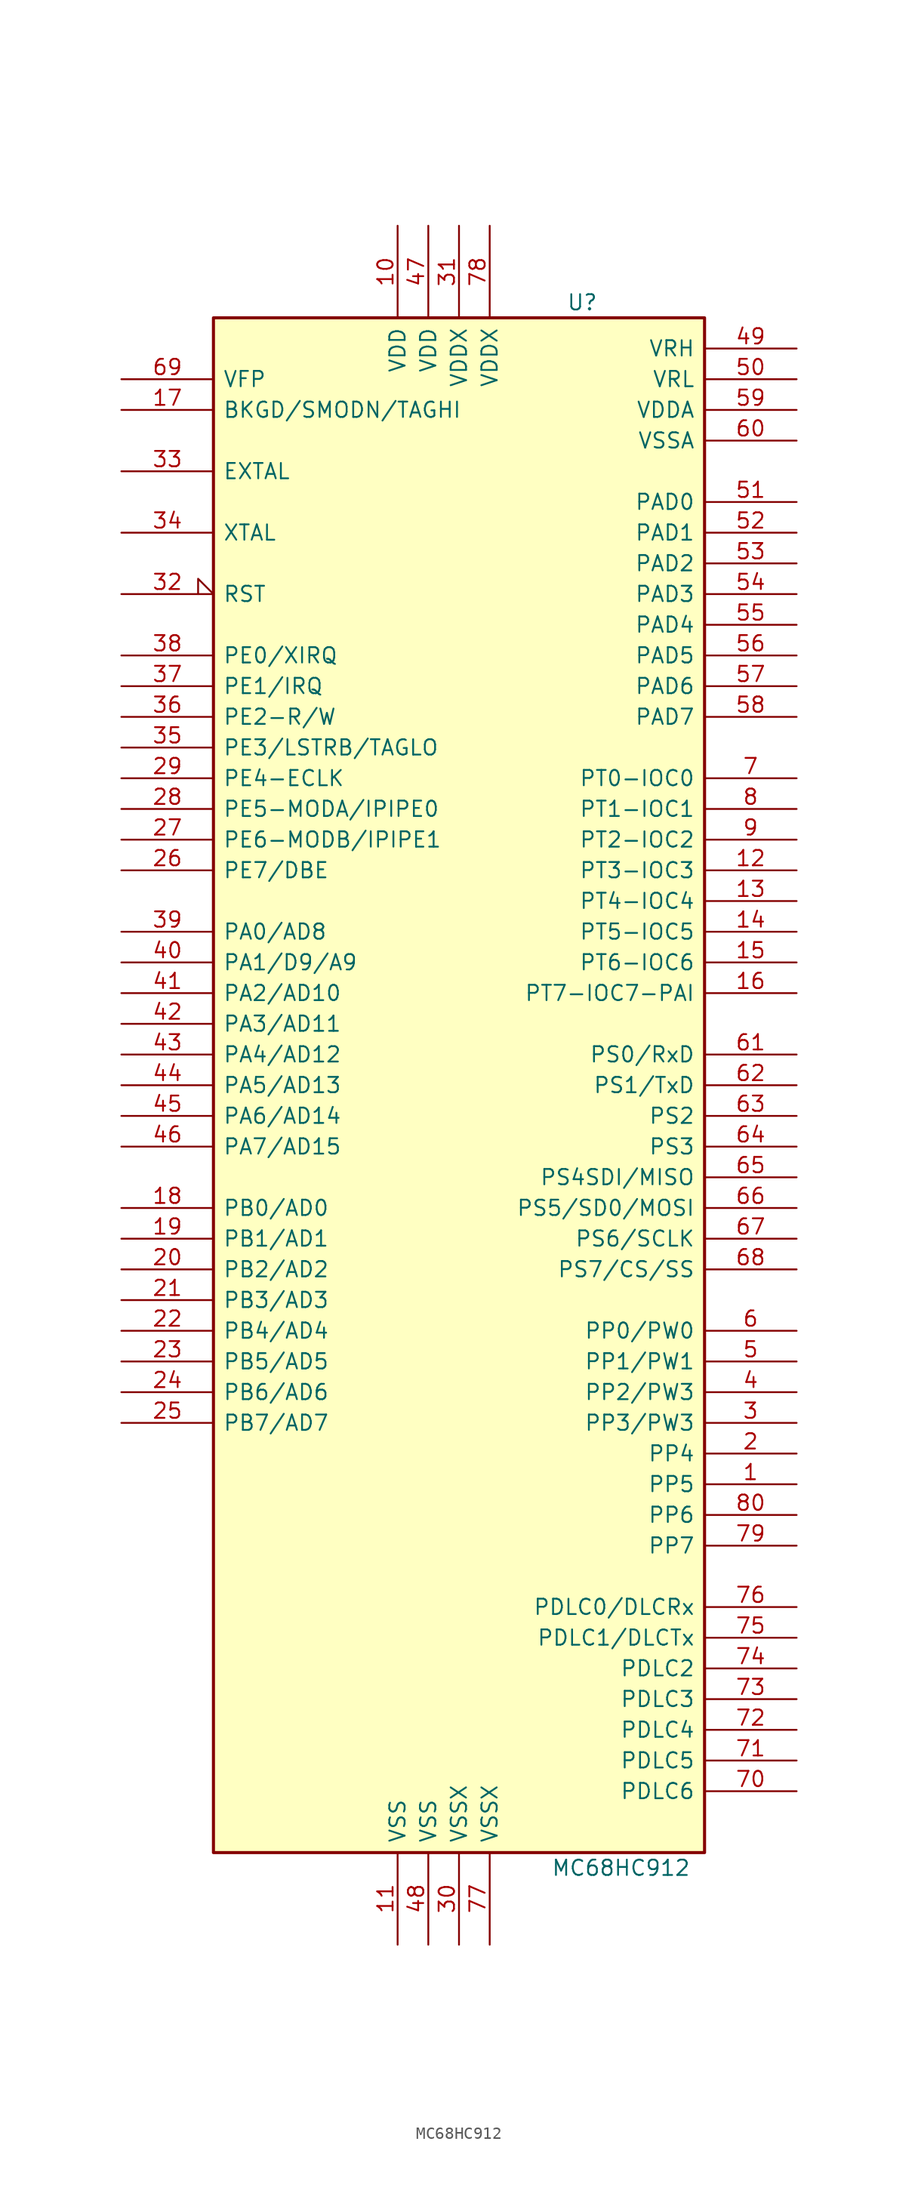
<source format=kicad_sym>
(kicad_symbol_lib
  (version 20241209)
  (generator "kicad_symbol_editor")
  (generator_version "9.0")
  (symbol "MC68HC912"
    (pin_names
      (offset 0.762))
    (property "Reference" "U"
      (at 8.89 67.31 0)
      (effects (font (size 1.27 1.27)) (justify left)))
    (property "Value" "MC68HC912"
      (at 7.62 -62.23 0)
      (effects (font (size 1.27 1.27)) (justify left)))
    (symbol "MC68HC912_0_1"
      (rectangle (start -20.32 -60.96) (end 20.32 66.04) (stroke (width 0.254) (type default)) (fill (type background))))
    (symbol "MC68HC912_1_1"
      (pin input line (at -27.94 60.96 0) (length 7.62) (name "VFP" (effects (font (size 1.27 1.27)))) (number "69" (effects (font (size 1.27 1.27)))))
      (pin bidirectional line (at -27.94 58.42 0) (length 7.62) (name "BKGD/SMODN/TAGHI" (effects (font (size 1.27 1.27)))) (number "17" (effects (font (size 1.27 1.27)))))
      (pin input line (at -27.94 53.34 0) (length 7.62) (name "EXTAL" (effects (font (size 1.27 1.27)))) (number "33" (effects (font (size 1.27 1.27)))))
      (pin output line (at -27.94 48.26 0) (length 7.62) (name "XTAL" (effects (font (size 1.27 1.27)))) (number "34" (effects (font (size 1.27 1.27)))))
      (pin bidirectional input_low (at -27.94 43.18 0) (length 7.62) (name "RST" (effects (font (size 1.27 1.27)))) (number "32" (effects (font (size 1.27 1.27)))))
      (pin input line (at -27.94 38.1 0) (length 7.62) (name "PE0/XIRQ" (effects (font (size 1.27 1.27)))) (number "38" (effects (font (size 1.27 1.27)))))
      (pin input line (at -27.94 35.56 0) (length 7.62) (name "PE1/IRQ" (effects (font (size 1.27 1.27)))) (number "37" (effects (font (size 1.27 1.27)))))
      (pin bidirectional line (at -27.94 33.02 0) (length 7.62) (name "PE2-R/W" (effects (font (size 1.27 1.27)))) (number "36" (effects (font (size 1.27 1.27)))))
      (pin bidirectional line (at -27.94 30.48 0) (length 7.62) (name "PE3/LSTRB/TAGLO" (effects (font (size 1.27 1.27)))) (number "35" (effects (font (size 1.27 1.27)))))
      (pin bidirectional line (at -27.94 27.94 0) (length 7.62) (name "PE4-ECLK" (effects (font (size 1.27 1.27)))) (number "29" (effects (font (size 1.27 1.27)))))
      (pin bidirectional line (at -27.94 25.4 0) (length 7.62) (name "PE5-MODA/IPIPE0" (effects (font (size 1.27 1.27)))) (number "28" (effects (font (size 1.27 1.27)))))
      (pin bidirectional line (at -27.94 22.86 0) (length 7.62) (name "PE6-MODB/IPIPE1" (effects (font (size 1.27 1.27)))) (number "27" (effects (font (size 1.27 1.27)))))
      (pin bidirectional line (at -27.94 20.32 0) (length 7.62) (name "PE7/DBE" (effects (font (size 1.27 1.27)))) (number "26" (effects (font (size 1.27 1.27)))))
      (pin bidirectional line (at -27.94 15.24 0) (length 7.62) (name "PA0/AD8" (effects (font (size 1.27 1.27)))) (number "39" (effects (font (size 1.27 1.27)))))
      (pin bidirectional line (at -27.94 12.7 0) (length 7.62) (name "PA1/D9/A9" (effects (font (size 1.27 1.27)))) (number "40" (effects (font (size 1.27 1.27)))))
      (pin bidirectional line (at -27.94 10.16 0) (length 7.62) (name "PA2/AD10" (effects (font (size 1.27 1.27)))) (number "41" (effects (font (size 1.27 1.27)))))
      (pin bidirectional line (at -27.94 7.62 0) (length 7.62) (name "PA3/AD11" (effects (font (size 1.27 1.27)))) (number "42" (effects (font (size 1.27 1.27)))))
      (pin bidirectional line (at -27.94 5.08 0) (length 7.62) (name "PA4/AD12" (effects (font (size 1.27 1.27)))) (number "43" (effects (font (size 1.27 1.27)))))
      (pin bidirectional line (at -27.94 2.54 0) (length 7.62) (name "PA5/AD13" (effects (font (size 1.27 1.27)))) (number "44" (effects (font (size 1.27 1.27)))))
      (pin bidirectional line (at -27.94 0 0) (length 7.62) (name "PA6/AD14" (effects (font (size 1.27 1.27)))) (number "45" (effects (font (size 1.27 1.27)))))
      (pin bidirectional line (at -27.94 -2.54 0) (length 7.62) (name "PA7/AD15" (effects (font (size 1.27 1.27)))) (number "46" (effects (font (size 1.27 1.27)))))
      (pin bidirectional line (at -27.94 -7.62 0) (length 7.62) (name "PB0/AD0" (effects (font (size 1.27 1.27)))) (number "18" (effects (font (size 1.27 1.27)))))
      (pin bidirectional line (at -27.94 -10.16 0) (length 7.62) (name "PB1/AD1" (effects (font (size 1.27 1.27)))) (number "19" (effects (font (size 1.27 1.27)))))
      (pin bidirectional line (at -27.94 -12.7 0) (length 7.62) (name "PB2/AD2" (effects (font (size 1.27 1.27)))) (number "20" (effects (font (size 1.27 1.27)))))
      (pin bidirectional line (at -27.94 -15.24 0) (length 7.62) (name "PB3/AD3" (effects (font (size 1.27 1.27)))) (number "21" (effects (font (size 1.27 1.27)))))
      (pin bidirectional line (at -27.94 -17.78 0) (length 7.62) (name "PB4/AD4" (effects (font (size 1.27 1.27)))) (number "22" (effects (font (size 1.27 1.27)))))
      (pin bidirectional line (at -27.94 -20.32 0) (length 7.62) (name "PB5/AD5" (effects (font (size 1.27 1.27)))) (number "23" (effects (font (size 1.27 1.27)))))
      (pin bidirectional line (at -27.94 -22.86 0) (length 7.62) (name "PB6/AD6" (effects (font (size 1.27 1.27)))) (number "24" (effects (font (size 1.27 1.27)))))
      (pin bidirectional line (at -27.94 -25.4 0) (length 7.62) (name "PB7/AD7" (effects (font (size 1.27 1.27)))) (number "25" (effects (font (size 1.27 1.27)))))
      (pin power_in line (at -5.08 73.66 270) (length 7.62) (name "VDD" (effects (font (size 1.27 1.27)))) (number "10" (effects (font (size 1.27 1.27)))))
      (pin power_in line (at -5.08 -68.58 90) (length 7.62) (name "VSS" (effects (font (size 1.27 1.27)))) (number "11" (effects (font (size 1.27 1.27)))))
      (pin power_in line (at -2.54 73.66 270) (length 7.62) (name "VDD" (effects (font (size 1.27 1.27)))) (number "47" (effects (font (size 1.27 1.27)))))
      (pin power_in line (at -2.54 -68.58 90) (length 7.62) (name "VSS" (effects (font (size 1.27 1.27)))) (number "48" (effects (font (size 1.27 1.27)))))
      (pin power_in line (at 0 73.66 270) (length 7.62) (name "VDDX" (effects (font (size 1.27 1.27)))) (number "31" (effects (font (size 1.27 1.27)))))
      (pin power_in line (at 0 -68.58 90) (length 7.62) (name "VSSX" (effects (font (size 1.27 1.27)))) (number "30" (effects (font (size 1.27 1.27)))))
      (pin power_in line (at 2.54 73.66 270) (length 7.62) (name "VDDX" (effects (font (size 1.27 1.27)))) (number "78" (effects (font (size 1.27 1.27)))))
      (pin power_in line (at 2.54 -68.58 90) (length 7.62) (name "VSSX" (effects (font (size 1.27 1.27)))) (number "77" (effects (font (size 1.27 1.27)))))
      (pin input line (at 27.94 63.5 180) (length 7.62) (name "VRH" (effects (font (size 1.27 1.27)))) (number "49" (effects (font (size 1.27 1.27)))))
      (pin input line (at 27.94 60.96 180) (length 7.62) (name "VRL" (effects (font (size 1.27 1.27)))) (number "50" (effects (font (size 1.27 1.27)))))
      (pin input line (at 27.94 58.42 180) (length 7.62) (name "VDDA" (effects (font (size 1.27 1.27)))) (number "59" (effects (font (size 1.27 1.27)))))
      (pin input line (at 27.94 55.88 180) (length 7.62) (name "VSSA" (effects (font (size 1.27 1.27)))) (number "60" (effects (font (size 1.27 1.27)))))
      (pin input line (at 27.94 50.8 180) (length 7.62) (name "PAD0" (effects (font (size 1.27 1.27)))) (number "51" (effects (font (size 1.27 1.27)))))
      (pin input line (at 27.94 48.26 180) (length 7.62) (name "PAD1" (effects (font (size 1.27 1.27)))) (number "52" (effects (font (size 1.27 1.27)))))
      (pin input line (at 27.94 45.72 180) (length 7.62) (name "PAD2" (effects (font (size 1.27 1.27)))) (number "53" (effects (font (size 1.27 1.27)))))
      (pin input line (at 27.94 43.18 180) (length 7.62) (name "PAD3" (effects (font (size 1.27 1.27)))) (number "54" (effects (font (size 1.27 1.27)))))
      (pin input line (at 27.94 40.64 180) (length 7.62) (name "PAD4" (effects (font (size 1.27 1.27)))) (number "55" (effects (font (size 1.27 1.27)))))
      (pin input line (at 27.94 38.1 180) (length 7.62) (name "PAD5" (effects (font (size 1.27 1.27)))) (number "56" (effects (font (size 1.27 1.27)))))
      (pin input line (at 27.94 35.56 180) (length 7.62) (name "PAD6" (effects (font (size 1.27 1.27)))) (number "57" (effects (font (size 1.27 1.27)))))
      (pin input line (at 27.94 33.02 180) (length 7.62) (name "PAD7" (effects (font (size 1.27 1.27)))) (number "58" (effects (font (size 1.27 1.27)))))
      (pin bidirectional line (at 27.94 27.94 180) (length 7.62) (name "PT0-IOC0" (effects (font (size 1.27 1.27)))) (number "7" (effects (font (size 1.27 1.27)))))
      (pin bidirectional line (at 27.94 25.4 180) (length 7.62) (name "PT1-IOC1" (effects (font (size 1.27 1.27)))) (number "8" (effects (font (size 1.27 1.27)))))
      (pin bidirectional line (at 27.94 22.86 180) (length 7.62) (name "PT2-IOC2" (effects (font (size 1.27 1.27)))) (number "9" (effects (font (size 1.27 1.27)))))
      (pin bidirectional line (at 27.94 20.32 180) (length 7.62) (name "PT3-IOC3" (effects (font (size 1.27 1.27)))) (number "12" (effects (font (size 1.27 1.27)))))
      (pin bidirectional line (at 27.94 17.78 180) (length 7.62) (name "PT4-IOC4" (effects (font (size 1.27 1.27)))) (number "13" (effects (font (size 1.27 1.27)))))
      (pin bidirectional line (at 27.94 15.24 180) (length 7.62) (name "PT5-IOC5" (effects (font (size 1.27 1.27)))) (number "14" (effects (font (size 1.27 1.27)))))
      (pin bidirectional line (at 27.94 12.7 180) (length 7.62) (name "PT6-IOC6" (effects (font (size 1.27 1.27)))) (number "15" (effects (font (size 1.27 1.27)))))
      (pin bidirectional line (at 27.94 10.16 180) (length 7.62) (name "PT7-IOC7-PAI" (effects (font (size 1.27 1.27)))) (number "16" (effects (font (size 1.27 1.27)))))
      (pin bidirectional line (at 27.94 5.08 180) (length 7.62) (name "PS0/RxD" (effects (font (size 1.27 1.27)))) (number "61" (effects (font (size 1.27 1.27)))))
      (pin bidirectional line (at 27.94 2.54 180) (length 7.62) (name "PS1/TxD" (effects (font (size 1.27 1.27)))) (number "62" (effects (font (size 1.27 1.27)))))
      (pin bidirectional line (at 27.94 0 180) (length 7.62) (name "PS2" (effects (font (size 1.27 1.27)))) (number "63" (effects (font (size 1.27 1.27)))))
      (pin bidirectional line (at 27.94 -2.54 180) (length 7.62) (name "PS3" (effects (font (size 1.27 1.27)))) (number "64" (effects (font (size 1.27 1.27)))))
      (pin bidirectional line (at 27.94 -5.08 180) (length 7.62) (name "PS4SDI/MISO" (effects (font (size 1.27 1.27)))) (number "65" (effects (font (size 1.27 1.27)))))
      (pin bidirectional line (at 27.94 -7.62 180) (length 7.62) (name "PS5/SD0/MOSI" (effects (font (size 1.27 1.27)))) (number "66" (effects (font (size 1.27 1.27)))))
      (pin bidirectional line (at 27.94 -10.16 180) (length 7.62) (name "PS6/SCLK" (effects (font (size 1.27 1.27)))) (number "67" (effects (font (size 1.27 1.27)))))
      (pin bidirectional line (at 27.94 -12.7 180) (length 7.62) (name "PS7/CS/SS" (effects (font (size 1.27 1.27)))) (number "68" (effects (font (size 1.27 1.27)))))
      (pin bidirectional line (at 27.94 -17.78 180) (length 7.62) (name "PP0/PW0" (effects (font (size 1.27 1.27)))) (number "6" (effects (font (size 1.27 1.27)))))
      (pin bidirectional line (at 27.94 -20.32 180) (length 7.62) (name "PP1/PW1" (effects (font (size 1.27 1.27)))) (number "5" (effects (font (size 1.27 1.27)))))
      (pin bidirectional line (at 27.94 -22.86 180) (length 7.62) (name "PP2/PW3" (effects (font (size 1.27 1.27)))) (number "4" (effects (font (size 1.27 1.27)))))
      (pin bidirectional line (at 27.94 -25.4 180) (length 7.62) (name "PP3/PW3" (effects (font (size 1.27 1.27)))) (number "3" (effects (font (size 1.27 1.27)))))
      (pin bidirectional line (at 27.94 -27.94 180) (length 7.62) (name "PP4" (effects (font (size 1.27 1.27)))) (number "2" (effects (font (size 1.27 1.27)))))
      (pin bidirectional line (at 27.94 -30.48 180) (length 7.62) (name "PP5" (effects (font (size 1.27 1.27)))) (number "1" (effects (font (size 1.27 1.27)))))
      (pin bidirectional line (at 27.94 -33.02 180) (length 7.62) (name "PP6" (effects (font (size 1.27 1.27)))) (number "80" (effects (font (size 1.27 1.27)))))
      (pin bidirectional line (at 27.94 -35.56 180) (length 7.62) (name "PP7" (effects (font (size 1.27 1.27)))) (number "79" (effects (font (size 1.27 1.27)))))
      (pin bidirectional line (at 27.94 -40.64 180) (length 7.62) (name "PDLC0/DLCRx" (effects (font (size 1.27 1.27)))) (number "76" (effects (font (size 1.27 1.27)))))
      (pin bidirectional line (at 27.94 -43.18 180) (length 7.62) (name "PDLC1/DLCTx" (effects (font (size 1.27 1.27)))) (number "75" (effects (font (size 1.27 1.27)))))
      (pin bidirectional line (at 27.94 -45.72 180) (length 7.62) (name "PDLC2" (effects (font (size 1.27 1.27)))) (number "74" (effects (font (size 1.27 1.27)))))
      (pin bidirectional line (at 27.94 -48.26 180) (length 7.62) (name "PDLC3" (effects (font (size 1.27 1.27)))) (number "73" (effects (font (size 1.27 1.27)))))
      (pin bidirectional line (at 27.94 -50.8 180) (length 7.62) (name "PDLC4" (effects (font (size 1.27 1.27)))) (number "72" (effects (font (size 1.27 1.27)))))
      (pin bidirectional line (at 27.94 -53.34 180) (length 7.62) (name "PDLC5" (effects (font (size 1.27 1.27)))) (number "71" (effects (font (size 1.27 1.27)))))
      (pin bidirectional line (at 27.94 -55.88 180) (length 7.62) (name "PDLC6" (effects (font (size 1.27 1.27)))) (number "70" (effects (font (size 1.27 1.27))))))))
</source>
